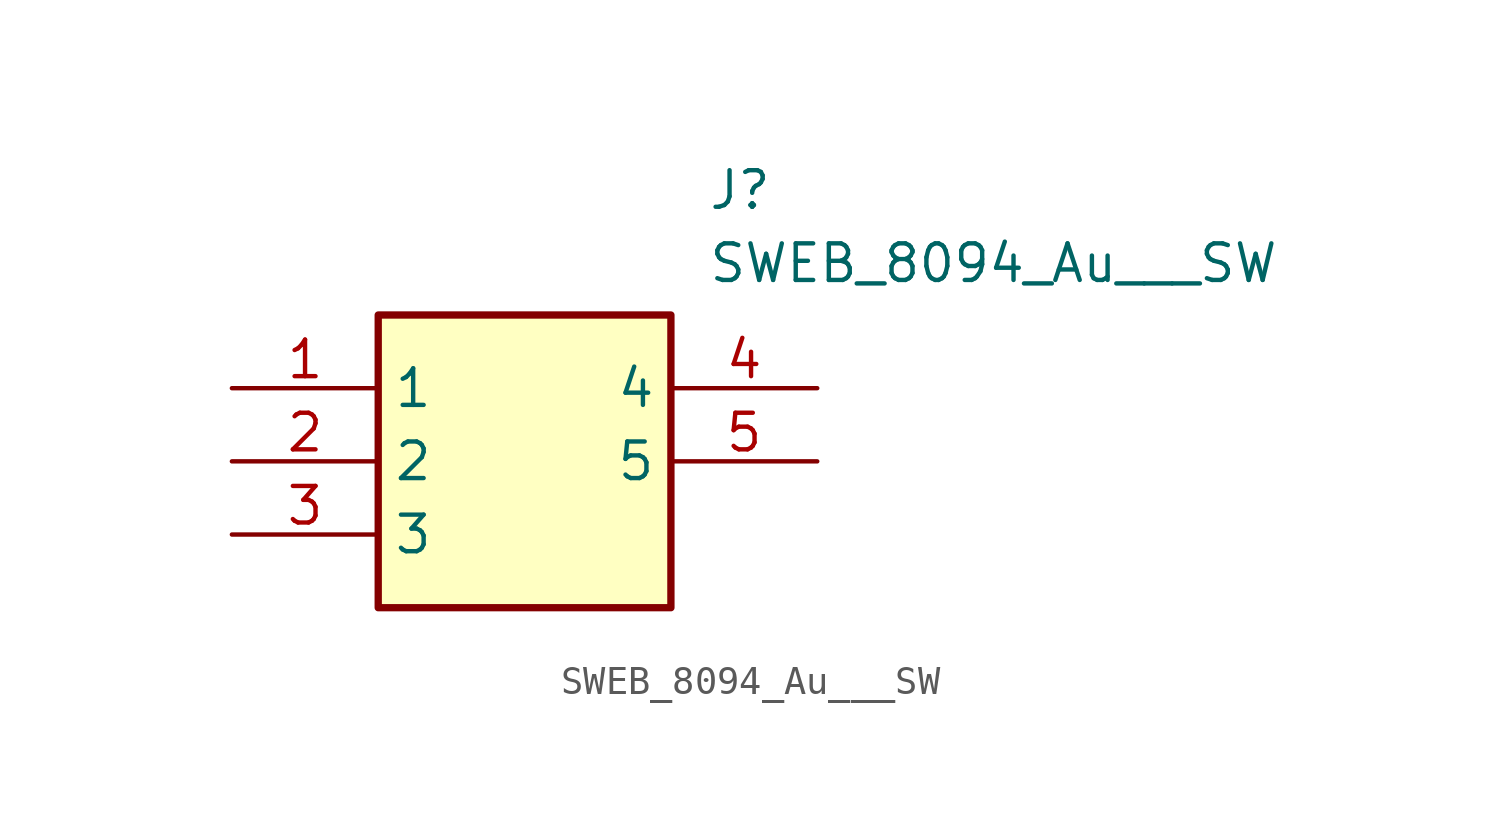
<source format=kicad_sym>
(kicad_symbol_lib
  (version 20211014)
  (generator SamacSys_ECAD_Model)
  (symbol "SWEB_8094_Au___SW"
    (property "Reference" "J"
      (at 16.51 7.62 0)
      (effects (font (size 1.27 1.27)) (justify left top)))
    (property "Value" "SWEB_8094_Au___SW"
      (at 16.51 5.08 0)
      (effects (font (size 1.27 1.27)) (justify left top)))
    (rectangle
      (start 5.08 2.54)
      (end 15.24 -7.62)
      (stroke (width 0.254) (type default))
      (fill (type background)))
    (pin passive line
      (at 0 0 0)
      (length 5.08)
      (name "1" (effects (font (size 1.27 1.27))))
      (number "1" (effects (font (size 1.27 1.27)))))
    (pin passive line
      (at 0 -2.54 0)
      (length 5.08)
      (name "2" (effects (font (size 1.27 1.27))))
      (number "2" (effects (font (size 1.27 1.27)))))
    (pin passive line
      (at 0 -5.08 0)
      (length 5.08)
      (name "3" (effects (font (size 1.27 1.27))))
      (number "3" (effects (font (size 1.27 1.27)))))
    (pin passive line
      (at 20.32 0 180)
      (length 5.08)
      (name "4" (effects (font (size 1.27 1.27))))
      (number "4" (effects (font (size 1.27 1.27)))))
    (pin passive line
      (at 20.32 -2.54 180)
      (length 5.08)
      (name "5" (effects (font (size 1.27 1.27))))
      (number "5" (effects (font (size 1.27 1.27)))))))
</source>
